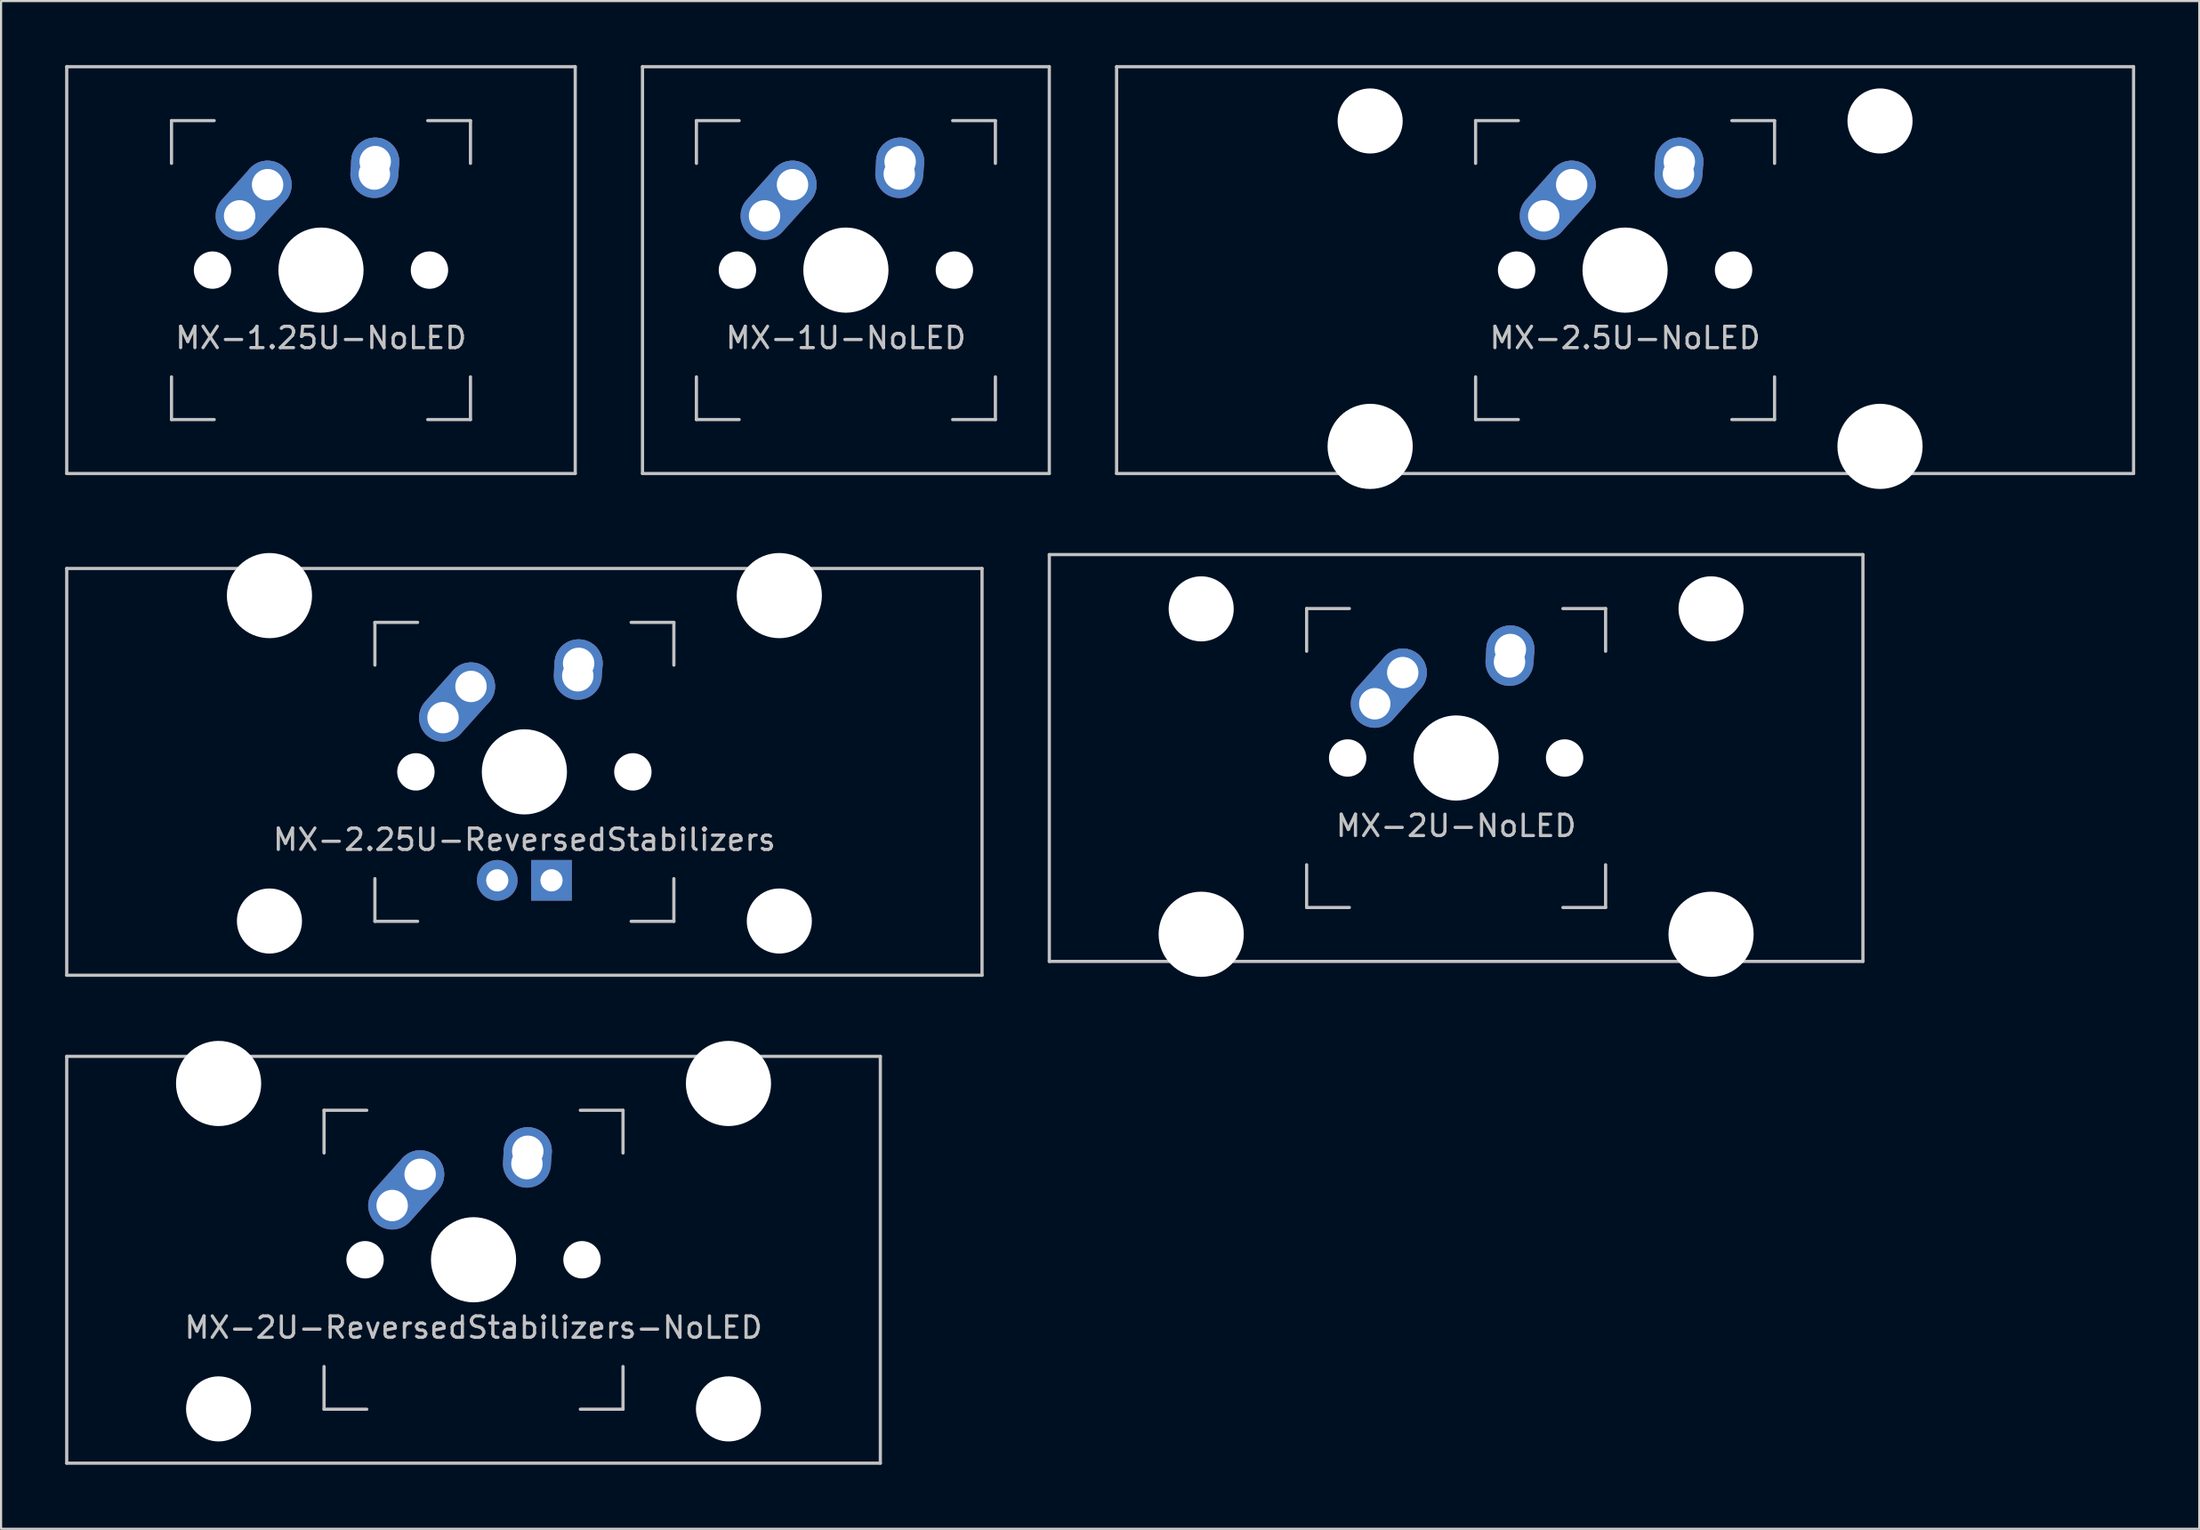
<source format=kicad_pcb>
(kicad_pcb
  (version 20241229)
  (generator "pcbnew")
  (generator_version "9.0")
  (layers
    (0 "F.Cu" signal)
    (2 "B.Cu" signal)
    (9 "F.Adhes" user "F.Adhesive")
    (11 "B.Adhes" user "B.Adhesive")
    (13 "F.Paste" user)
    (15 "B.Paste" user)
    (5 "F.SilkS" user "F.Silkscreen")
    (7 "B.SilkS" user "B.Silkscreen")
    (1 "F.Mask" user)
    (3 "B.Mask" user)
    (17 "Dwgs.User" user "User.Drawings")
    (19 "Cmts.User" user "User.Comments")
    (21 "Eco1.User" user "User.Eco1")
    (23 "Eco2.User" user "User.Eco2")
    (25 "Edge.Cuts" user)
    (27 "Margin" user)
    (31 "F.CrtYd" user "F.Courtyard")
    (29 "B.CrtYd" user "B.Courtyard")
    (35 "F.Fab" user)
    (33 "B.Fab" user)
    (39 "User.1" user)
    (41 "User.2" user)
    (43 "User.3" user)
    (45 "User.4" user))
  (footprint "MX-2.25U-ReversedStabilizers"
    (layer "F.Cu")
    (at 21.506 33.098)
    (property "Reference" "MX-2.25U-ReversedStabilizers" (at 0 3.175 0) (layer "Dwgs.User") (effects (font (size 1 1) (thickness 0.15))))
    (attr through_hole)
    (fp_line (start -21.431 -9.525) (end 21.431 -9.525) (stroke (width 0.15) (type solid)) (layer "Dwgs.User"))
    (fp_line (start -21.431 9.525) (end -21.431 -9.525) (stroke (width 0.15) (type solid)) (layer "Dwgs.User"))
    (fp_line (start -21.431 9.525) (end 21.431 9.525) (stroke (width 0.15) (type solid)) (layer "Dwgs.User"))
    (fp_line (start -7 -7) (end -7 -5) (stroke (width 0.15) (type solid)) (layer "Dwgs.User"))
    (fp_line (start -7 5) (end -7 7) (stroke (width 0.15) (type solid)) (layer "Dwgs.User"))
    (fp_line (start -7 7) (end -5 7) (stroke (width 0.15) (type solid)) (layer "Dwgs.User"))
    (fp_line (start -5 -7) (end -7 -7) (stroke (width 0.15) (type solid)) (layer "Dwgs.User"))
    (fp_line (start 5 -7) (end 7 -7) (stroke (width 0.15) (type solid)) (layer "Dwgs.User"))
    (fp_line (start 5 7) (end 7 7) (stroke (width 0.15) (type solid)) (layer "Dwgs.User"))
    (fp_line (start 7 -7) (end 7 -5) (stroke (width 0.15) (type solid)) (layer "Dwgs.User"))
    (fp_line (start 7 7) (end 7 5) (stroke (width 0.15) (type solid)) (layer "Dwgs.User"))
    (fp_line (start 21.431 -9.525) (end 21.431 9.525) (stroke (width 0.15) (type solid)) (layer "Dwgs.User"))
    (pad "" np_thru_hole circle (at -11.938 -8.255) (size 3.988 3.988) (drill 3.988) (layers "*.Cu" "*.Mask"))
    (pad "" np_thru_hole circle (at -11.938 6.985) (size 3.048 3.048) (drill 3.048) (layers "*.Cu" "*.Mask"))
    (pad "" np_thru_hole circle (at -5.08 0 48.1) (size 1.75 1.75) (drill 1.75) (layers "*.Cu" "*.Mask"))
    (pad "" np_thru_hole circle (at 0 0) (size 3.988 3.988) (drill 3.988) (layers "*.Cu" "*.Mask"))
    (pad "" np_thru_hole circle (at 5.08 0 48.1) (size 1.75 1.75) (drill 1.75) (layers "*.Cu" "*.Mask"))
    (pad "" np_thru_hole circle (at 11.938 -8.255) (size 3.988 3.988) (drill 3.988) (layers "*.Cu" "*.Mask"))
    (pad "" np_thru_hole circle (at 11.938 6.985) (size 3.048 3.048) (drill 3.048) (layers "*.Cu" "*.Mask"))
    (pad "1" thru_hole oval (at -3.81 -2.54 48.1) (size 4.212 2.25) (drill 1.47 (offset 0.981 0)) (layers "*.Cu" "B.Mask"))
    (pad "1" thru_hole circle (at -2.5 -4) (size 2.25 2.25) (drill 1.47) (layers "*.Cu" "B.Mask"))
    (pad "2" thru_hole oval (at 2.5 -4.5 86.055) (size 2.831 2.25) (drill 1.47 (offset 0.291 0)) (layers "*.Cu" "B.Mask"))
    (pad "2" thru_hole circle (at 2.54 -5.08) (size 2.25 2.25) (drill 1.47) (layers "*.Cu" "B.Mask"))
    (pad "3" thru_hole circle (at -1.27 5.08) (size 1.905 1.905) (drill 1.04) (layers "*.Cu" "B.Mask"))
    (pad "4" thru_hole rect (at 1.27 5.08) (size 1.905 1.905) (drill 1.04) (layers "*.Cu" "B.Mask")))
  (footprint "MX-1U-NoLED"
    (layer "F.Cu")
    (at 36.562 9.6)
    (property "Reference" "MX-1U-NoLED" (at 0 3.175 0) (layer "Dwgs.User") (effects (font (size 1 1) (thickness 0.15))))
    (attr through_hole)
    (fp_line (start -9.525 -9.525) (end 9.525 -9.525) (stroke (width 0.15) (type solid)) (layer "Dwgs.User"))
    (fp_line (start -9.525 9.525) (end -9.525 -9.525) (stroke (width 0.15) (type solid)) (layer "Dwgs.User"))
    (fp_line (start -7 -7) (end -7 -5) (stroke (width 0.15) (type solid)) (layer "Dwgs.User"))
    (fp_line (start -7 5) (end -7 7) (stroke (width 0.15) (type solid)) (layer "Dwgs.User"))
    (fp_line (start -7 7) (end -5 7) (stroke (width 0.15) (type solid)) (layer "Dwgs.User"))
    (fp_line (start -5 -7) (end -7 -7) (stroke (width 0.15) (type solid)) (layer "Dwgs.User"))
    (fp_line (start 5 -7) (end 7 -7) (stroke (width 0.15) (type solid)) (layer "Dwgs.User"))
    (fp_line (start 5 7) (end 7 7) (stroke (width 0.15) (type solid)) (layer "Dwgs.User"))
    (fp_line (start 7 -7) (end 7 -5) (stroke (width 0.15) (type solid)) (layer "Dwgs.User"))
    (fp_line (start 7 7) (end 7 5) (stroke (width 0.15) (type solid)) (layer "Dwgs.User"))
    (fp_line (start 9.525 -9.525) (end 9.525 9.525) (stroke (width 0.15) (type solid)) (layer "Dwgs.User"))
    (fp_line (start 9.525 9.525) (end -9.525 9.525) (stroke (width 0.15) (type solid)) (layer "Dwgs.User"))
    (pad "" np_thru_hole circle (at -5.08 0 48.1) (size 1.75 1.75) (drill 1.75) (layers "*.Cu" "*.Mask"))
    (pad "" np_thru_hole circle (at 0 0) (size 3.988 3.988) (drill 3.988) (layers "*.Cu" "*.Mask"))
    (pad "" np_thru_hole circle (at 5.08 0 48.1) (size 1.75 1.75) (drill 1.75) (layers "*.Cu" "*.Mask"))
    (pad "1" thru_hole oval (at -3.81 -2.54 48.1) (size 4.212 2.25) (drill 1.47 (offset 0.981 0)) (layers "*.Cu" "B.Mask"))
    (pad "1" thru_hole circle (at -2.5 -4) (size 2.25 2.25) (drill 1.47) (layers "*.Cu" "B.Mask"))
    (pad "2" thru_hole oval (at 2.5 -4.5 86.055) (size 2.831 2.25) (drill 1.47 (offset 0.291 0)) (layers "*.Cu" "B.Mask"))
    (pad "2" thru_hole circle (at 2.54 -5.08) (size 2.25 2.25) (drill 1.47) (layers "*.Cu" "B.Mask")))
  (footprint "MX-2U-NoLED"
    (layer "F.Cu")
    (at 65.138 32.449)
    (property "Reference" "MX-2U-NoLED" (at 0 3.175 0) (layer "Dwgs.User") (effects (font (size 1 1) (thickness 0.15))))
    (attr through_hole)
    (fp_line (start -19.05 -9.525) (end 19.05 -9.525) (stroke (width 0.15) (type solid)) (layer "Dwgs.User"))
    (fp_line (start -19.05 9.525) (end -19.05 -9.525) (stroke (width 0.15) (type solid)) (layer "Dwgs.User"))
    (fp_line (start -19.05 9.525) (end 19.05 9.525) (stroke (width 0.15) (type solid)) (layer "Dwgs.User"))
    (fp_line (start -7 -7) (end -7 -5) (stroke (width 0.15) (type solid)) (layer "Dwgs.User"))
    (fp_line (start -7 5) (end -7 7) (stroke (width 0.15) (type solid)) (layer "Dwgs.User"))
    (fp_line (start -7 7) (end -5 7) (stroke (width 0.15) (type solid)) (layer "Dwgs.User"))
    (fp_line (start -5 -7) (end -7 -7) (stroke (width 0.15) (type solid)) (layer "Dwgs.User"))
    (fp_line (start 5 -7) (end 7 -7) (stroke (width 0.15) (type solid)) (layer "Dwgs.User"))
    (fp_line (start 5 7) (end 7 7) (stroke (width 0.15) (type solid)) (layer "Dwgs.User"))
    (fp_line (start 7 -7) (end 7 -5) (stroke (width 0.15) (type solid)) (layer "Dwgs.User"))
    (fp_line (start 7 7) (end 7 5) (stroke (width 0.15) (type solid)) (layer "Dwgs.User"))
    (fp_line (start 19.05 -9.525) (end 19.05 9.525) (stroke (width 0.15) (type solid)) (layer "Dwgs.User"))
    (pad "" np_thru_hole circle (at -11.938 -6.985) (size 3.048 3.048) (drill 3.048) (layers "*.Cu" "*.Mask"))
    (pad "" np_thru_hole circle (at -11.938 8.255) (size 3.988 3.988) (drill 3.988) (layers "*.Cu" "*.Mask"))
    (pad "" np_thru_hole circle (at -5.08 0 48.1) (size 1.75 1.75) (drill 1.75) (layers "*.Cu" "*.Mask"))
    (pad "" np_thru_hole circle (at 0 0) (size 3.988 3.988) (drill 3.988) (layers "*.Cu" "*.Mask"))
    (pad "" np_thru_hole circle (at 5.08 0 48.1) (size 1.75 1.75) (drill 1.75) (layers "*.Cu" "*.Mask"))
    (pad "" np_thru_hole circle (at 11.938 -6.985) (size 3.048 3.048) (drill 3.048) (layers "*.Cu" "*.Mask"))
    (pad "" np_thru_hole circle (at 11.938 8.255) (size 3.988 3.988) (drill 3.988) (layers "*.Cu" "*.Mask"))
    (pad "1" thru_hole oval (at -3.81 -2.54 48.1) (size 4.212 2.25) (drill 1.47 (offset 0.981 0)) (layers "*.Cu" "B.Mask"))
    (pad "1" thru_hole circle (at -2.5 -4) (size 2.25 2.25) (drill 1.47) (layers "*.Cu" "B.Mask"))
    (pad "2" thru_hole oval (at 2.5 -4.5 86.055) (size 2.831 2.25) (drill 1.47 (offset 0.291 0)) (layers "*.Cu" "B.Mask"))
    (pad "2" thru_hole circle (at 2.54 -5.08) (size 2.25 2.25) (drill 1.47) (layers "*.Cu" "B.Mask")))
  (footprint "MX-2.5U-NoLED"
    (layer "F.Cu")
    (at 73.05 9.6)
    (property "Reference" "MX-2.5U-NoLED" (at 0 3.175 0) (layer "Dwgs.User") (effects (font (size 1 1) (thickness 0.15))))
    (attr through_hole)
    (fp_line (start -23.812 -9.525) (end 23.812 -9.525) (stroke (width 0.15) (type solid)) (layer "Dwgs.User"))
    (fp_line (start -23.812 9.525) (end -23.812 -9.525) (stroke (width 0.15) (type solid)) (layer "Dwgs.User"))
    (fp_line (start -23.812 9.525) (end 23.812 9.525) (stroke (width 0.15) (type solid)) (layer "Dwgs.User"))
    (fp_line (start -7 -7) (end -7 -5) (stroke (width 0.15) (type solid)) (layer "Dwgs.User"))
    (fp_line (start -7 5) (end -7 7) (stroke (width 0.15) (type solid)) (layer "Dwgs.User"))
    (fp_line (start -7 7) (end -5 7) (stroke (width 0.15) (type solid)) (layer "Dwgs.User"))
    (fp_line (start -5 -7) (end -7 -7) (stroke (width 0.15) (type solid)) (layer "Dwgs.User"))
    (fp_line (start 5 -7) (end 7 -7) (stroke (width 0.15) (type solid)) (layer "Dwgs.User"))
    (fp_line (start 5 7) (end 7 7) (stroke (width 0.15) (type solid)) (layer "Dwgs.User"))
    (fp_line (start 7 -7) (end 7 -5) (stroke (width 0.15) (type solid)) (layer "Dwgs.User"))
    (fp_line (start 7 7) (end 7 5) (stroke (width 0.15) (type solid)) (layer "Dwgs.User"))
    (fp_line (start 23.812 -9.525) (end 23.812 9.525) (stroke (width 0.15) (type solid)) (layer "Dwgs.User"))
    (pad "" np_thru_hole circle (at -11.938 -6.985) (size 3.048 3.048) (drill 3.048) (layers "*.Cu" "*.Mask"))
    (pad "" np_thru_hole circle (at -11.938 8.255) (size 3.988 3.988) (drill 3.988) (layers "*.Cu" "*.Mask"))
    (pad "" np_thru_hole circle (at -5.08 0 48.1) (size 1.75 1.75) (drill 1.75) (layers "*.Cu" "*.Mask"))
    (pad "" np_thru_hole circle (at 0 0) (size 3.988 3.988) (drill 3.988) (layers "*.Cu" "*.Mask"))
    (pad "" np_thru_hole circle (at 5.08 0 48.1) (size 1.75 1.75) (drill 1.75) (layers "*.Cu" "*.Mask"))
    (pad "" np_thru_hole circle (at 11.938 -6.985) (size 3.048 3.048) (drill 3.048) (layers "*.Cu" "*.Mask"))
    (pad "" np_thru_hole circle (at 11.938 8.255) (size 3.988 3.988) (drill 3.988) (layers "*.Cu" "*.Mask"))
    (pad "1" thru_hole oval (at -3.81 -2.54 48.1) (size 4.212 2.25) (drill 1.47 (offset 0.981 0)) (layers "*.Cu" "B.Mask"))
    (pad "1" thru_hole circle (at -2.5 -4) (size 2.25 2.25) (drill 1.47) (layers "*.Cu" "B.Mask"))
    (pad "2" thru_hole oval (at 2.5 -4.5 86.055) (size 2.831 2.25) (drill 1.47 (offset 0.291 0)) (layers "*.Cu" "B.Mask"))
    (pad "2" thru_hole circle (at 2.54 -5.08) (size 2.25 2.25) (drill 1.47) (layers "*.Cu" "B.Mask")))
  (footprint "MX-2U-ReversedStabilizers-NoLED"
    (layer "F.Cu")
    (at 19.125 55.947)
    (property "Reference" "MX-2U-ReversedStabilizers-NoLED" (at 0 3.175 0) (layer "Dwgs.User") (effects (font (size 1 1) (thickness 0.15))))
    (attr through_hole)
    (fp_line (start -19.05 -9.525) (end 19.05 -9.525) (stroke (width 0.15) (type solid)) (layer "Dwgs.User"))
    (fp_line (start -19.05 9.525) (end -19.05 -9.525) (stroke (width 0.15) (type solid)) (layer "Dwgs.User"))
    (fp_line (start -19.05 9.525) (end 19.05 9.525) (stroke (width 0.15) (type solid)) (layer "Dwgs.User"))
    (fp_line (start -7 -7) (end -7 -5) (stroke (width 0.15) (type solid)) (layer "Dwgs.User"))
    (fp_line (start -7 5) (end -7 7) (stroke (width 0.15) (type solid)) (layer "Dwgs.User"))
    (fp_line (start -7 7) (end -5 7) (stroke (width 0.15) (type solid)) (layer "Dwgs.User"))
    (fp_line (start -5 -7) (end -7 -7) (stroke (width 0.15) (type solid)) (layer "Dwgs.User"))
    (fp_line (start 5 -7) (end 7 -7) (stroke (width 0.15) (type solid)) (layer "Dwgs.User"))
    (fp_line (start 5 7) (end 7 7) (stroke (width 0.15) (type solid)) (layer "Dwgs.User"))
    (fp_line (start 7 -7) (end 7 -5) (stroke (width 0.15) (type solid)) (layer "Dwgs.User"))
    (fp_line (start 7 7) (end 7 5) (stroke (width 0.15) (type solid)) (layer "Dwgs.User"))
    (fp_line (start 19.05 -9.525) (end 19.05 9.525) (stroke (width 0.15) (type solid)) (layer "Dwgs.User"))
    (pad "" np_thru_hole circle (at -11.938 -8.255) (size 3.988 3.988) (drill 3.988) (layers "*.Cu" "*.Mask"))
    (pad "" np_thru_hole circle (at -11.938 6.985) (size 3.048 3.048) (drill 3.048) (layers "*.Cu" "*.Mask"))
    (pad "" np_thru_hole circle (at -5.08 0 48.1) (size 1.75 1.75) (drill 1.75) (layers "*.Cu" "*.Mask"))
    (pad "" np_thru_hole circle (at 0 0) (size 3.988 3.988) (drill 3.988) (layers "*.Cu" "*.Mask"))
    (pad "" np_thru_hole circle (at 5.08 0 48.1) (size 1.75 1.75) (drill 1.75) (layers "*.Cu" "*.Mask"))
    (pad "" np_thru_hole circle (at 11.938 -8.255) (size 3.988 3.988) (drill 3.988) (layers "*.Cu" "*.Mask"))
    (pad "" np_thru_hole circle (at 11.938 6.985) (size 3.048 3.048) (drill 3.048) (layers "*.Cu" "*.Mask"))
    (pad "1" thru_hole oval (at -3.81 -2.54 48.1) (size 4.212 2.25) (drill 1.47 (offset 0.981 0)) (layers "*.Cu" "B.Mask"))
    (pad "1" thru_hole circle (at -2.5 -4) (size 2.25 2.25) (drill 1.47) (layers "*.Cu" "B.Mask"))
    (pad "2" thru_hole oval (at 2.5 -4.5 86.055) (size 2.831 2.25) (drill 1.47 (offset 0.291 0)) (layers "*.Cu" "B.Mask"))
    (pad "2" thru_hole circle (at 2.54 -5.08) (size 2.25 2.25) (drill 1.47) (layers "*.Cu" "B.Mask")))
  (footprint "MX-1.25U-NoLED"
    (layer "F.Cu")
    (at 11.981 9.6)
    (property "Reference" "MX-1.25U-NoLED" (at 0 3.175 0) (layer "Dwgs.User") (effects (font (size 1 1) (thickness 0.15))))
    (attr through_hole)
    (fp_line (start -11.906 -9.525) (end 11.906 -9.525) (stroke (width 0.15) (type solid)) (layer "Dwgs.User"))
    (fp_line (start -11.906 9.525) (end -11.906 -9.525) (stroke (width 0.15) (type solid)) (layer "Dwgs.User"))
    (fp_line (start -7 -7) (end -7 -5) (stroke (width 0.15) (type solid)) (layer "Dwgs.User"))
    (fp_line (start -7 5) (end -7 7) (stroke (width 0.15) (type solid)) (layer "Dwgs.User"))
    (fp_line (start -7 7) (end -5 7) (stroke (width 0.15) (type solid)) (layer "Dwgs.User"))
    (fp_line (start -5 -7) (end -7 -7) (stroke (width 0.15) (type solid)) (layer "Dwgs.User"))
    (fp_line (start 5 -7) (end 7 -7) (stroke (width 0.15) (type solid)) (layer "Dwgs.User"))
    (fp_line (start 5 7) (end 7 7) (stroke (width 0.15) (type solid)) (layer "Dwgs.User"))
    (fp_line (start 7 -7) (end 7 -5) (stroke (width 0.15) (type solid)) (layer "Dwgs.User"))
    (fp_line (start 7 7) (end 7 5) (stroke (width 0.15) (type solid)) (layer "Dwgs.User"))
    (fp_line (start 11.906 -9.525) (end 11.906 9.525) (stroke (width 0.15) (type solid)) (layer "Dwgs.User"))
    (fp_line (start 11.906 9.525) (end -11.906 9.525) (stroke (width 0.15) (type solid)) (layer "Dwgs.User"))
    (pad "" np_thru_hole circle (at -5.08 0 48.1) (size 1.75 1.75) (drill 1.75) (layers "*.Cu" "*.Mask"))
    (pad "" np_thru_hole circle (at 0 0) (size 3.988 3.988) (drill 3.988) (layers "*.Cu" "*.Mask"))
    (pad "" np_thru_hole circle (at 5.08 0 48.1) (size 1.75 1.75) (drill 1.75) (layers "*.Cu" "*.Mask"))
    (pad "1" thru_hole oval (at -3.81 -2.54 48.1) (size 4.212 2.25) (drill 1.47 (offset 0.981 0)) (layers "*.Cu" "B.Mask"))
    (pad "1" thru_hole circle (at -2.5 -4) (size 2.25 2.25) (drill 1.47) (layers "*.Cu" "B.Mask"))
    (pad "2" thru_hole oval (at 2.5 -4.5 86.055) (size 2.831 2.25) (drill 1.47 (offset 0.291 0)) (layers "*.Cu" "B.Mask"))
    (pad "2" thru_hole circle (at 2.54 -5.08) (size 2.25 2.25) (drill 1.47) (layers "*.Cu" "B.Mask")))
  (gr_rect
    (start -3 -3)
    (end 99.938 68.547)
    (stroke (width 0.1) (type default))
    (fill no)
    (layer "Edge.Cuts")))
</source>
